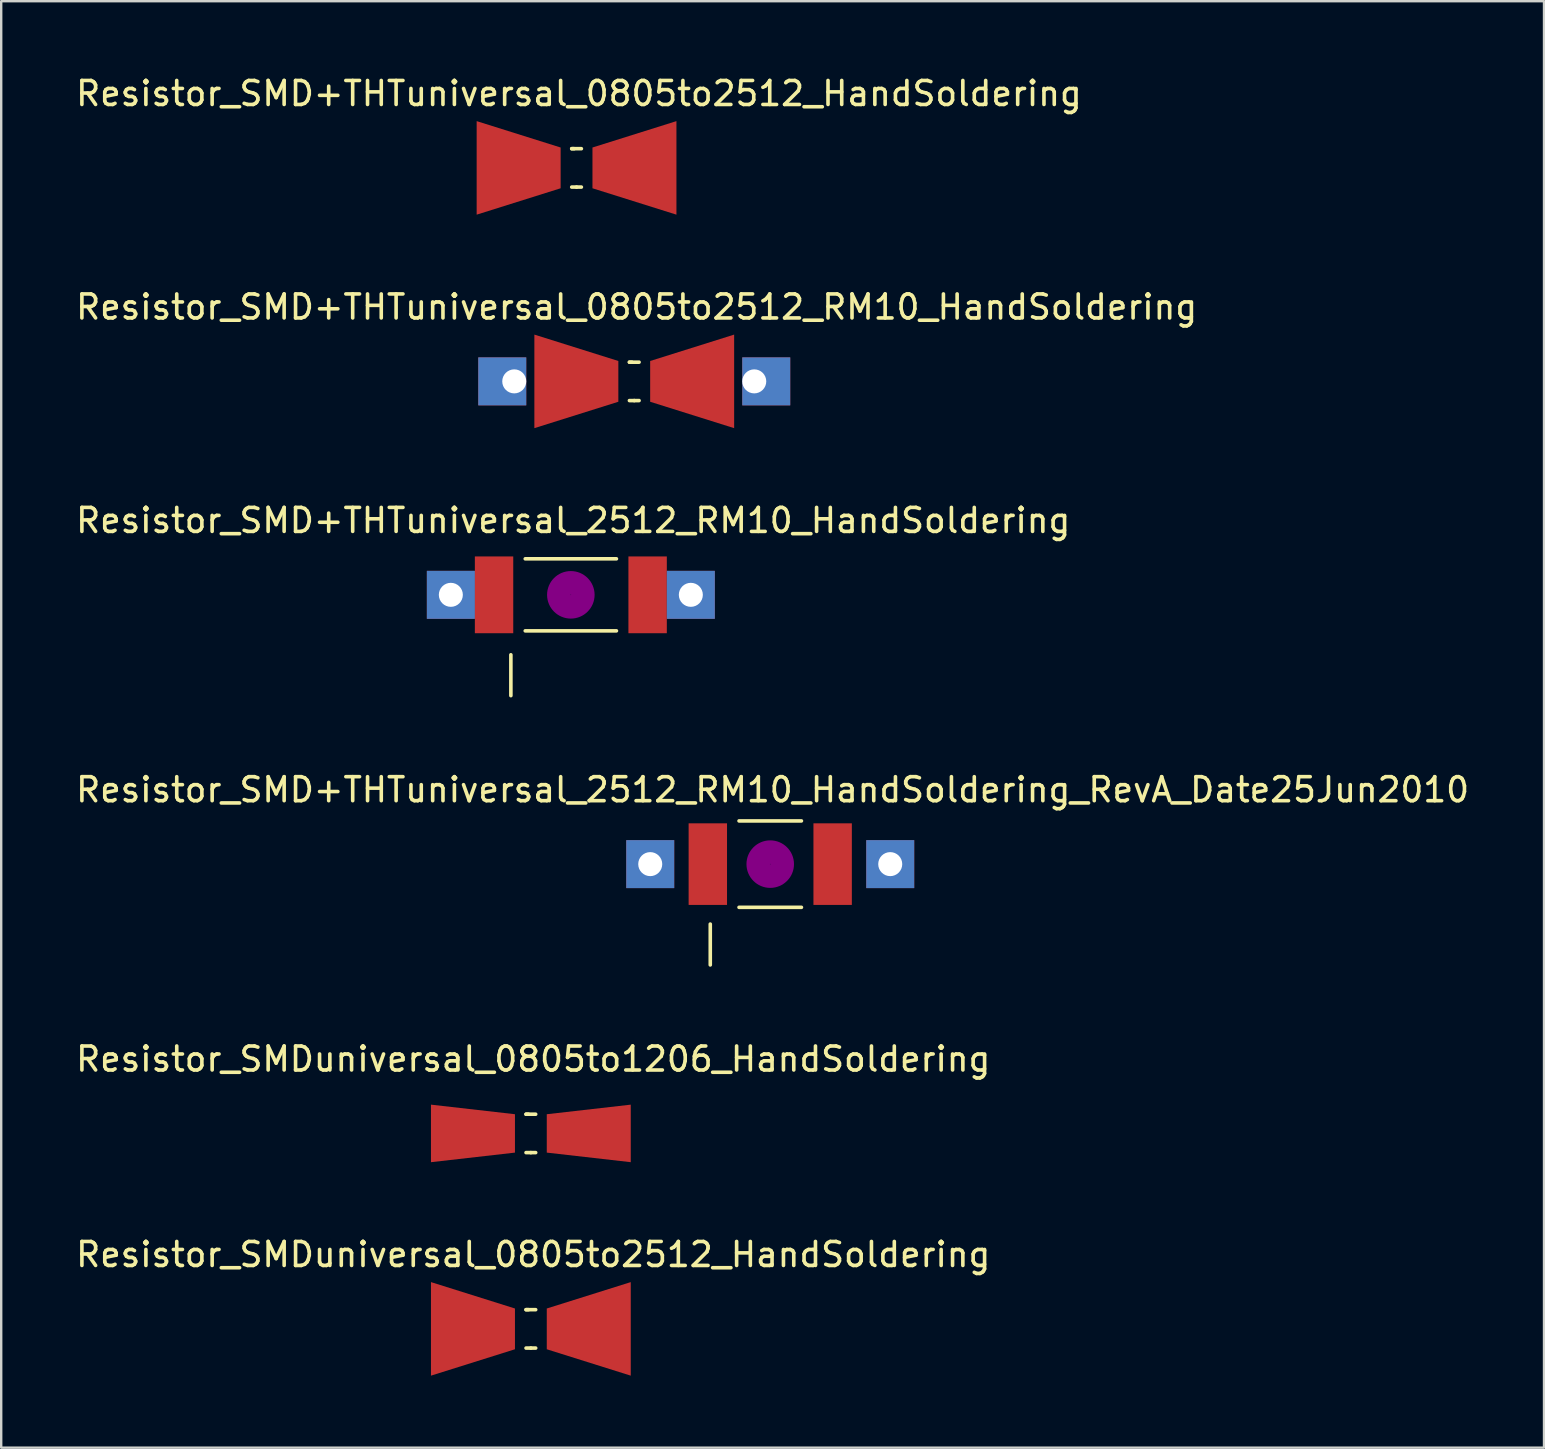
<source format=kicad_pcb>
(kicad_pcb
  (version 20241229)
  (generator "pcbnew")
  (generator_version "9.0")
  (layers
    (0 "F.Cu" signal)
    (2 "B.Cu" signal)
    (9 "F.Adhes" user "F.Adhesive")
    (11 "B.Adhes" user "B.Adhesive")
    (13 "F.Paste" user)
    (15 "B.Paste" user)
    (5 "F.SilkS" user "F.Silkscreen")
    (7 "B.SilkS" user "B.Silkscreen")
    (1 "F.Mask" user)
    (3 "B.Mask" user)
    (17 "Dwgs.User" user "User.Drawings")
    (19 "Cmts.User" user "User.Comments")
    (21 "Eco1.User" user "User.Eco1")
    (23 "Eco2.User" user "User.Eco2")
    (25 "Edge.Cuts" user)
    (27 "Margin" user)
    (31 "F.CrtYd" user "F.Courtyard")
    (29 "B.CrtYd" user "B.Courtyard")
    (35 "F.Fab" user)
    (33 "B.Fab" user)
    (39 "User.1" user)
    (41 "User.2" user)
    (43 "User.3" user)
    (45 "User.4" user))
  (footprint "Resistor_SMD+THTuniversal_0805to2512_HandSoldering"
    (layer "F.Cu")
    (at 20.978 3.947)
    (property "Reference" "Resistor_SMD+THTuniversal_0805to2512_HandSoldering" (at 0.099 -3.099 0) (layer "F.SilkS") (effects (font (size 1 1) (thickness 0.15))))
    (attr through_hole)
    (fp_line (start -0.201 -0.8) (end 0.201 -0.8) (stroke (width 0.15) (type solid)) (layer "F.SilkS"))
    (fp_line (start -0.099 -0.8) (end -0.201 -0.8) (stroke (width 0.15) (type solid)) (layer "F.SilkS"))
    (fp_line (start 0 0.8) (end -0.201 0.8) (stroke (width 0.15) (type solid)) (layer "F.SilkS"))
    (fp_line (start 0 0.8) (end 0.201 0.8) (stroke (width 0.15) (type solid)) (layer "F.SilkS"))
    (pad "1" smd trapezoid (at -2.413 0) (size 3.5 2.799) (rect_delta 1.1 0) (layers "F.Cu" "F.Mask" "F.Paste"))
    (pad "2" smd trapezoid (at 2.413 0 180) (size 3.5 2.799) (rect_delta 1.1 0) (layers "F.Cu" "F.Mask" "F.Paste")))
  (footprint "Resistor_SMD+THTuniversal_2512_RM10_HandSoldering_RevA_Date25Jun2010"
    (layer "F.Cu")
    (at 29.05 32.963)
    (property "Reference" "Resistor_SMD+THTuniversal_2512_RM10_HandSoldering_RevA_Date25Jun2010" (at 0.099 -3.099 0) (layer "F.SilkS") (effects (font (size 1 1) (thickness 0.15))))
    (attr through_hole)
    (fp_line (start -2.499 2.499) (end -2.499 4.201) (stroke (width 0.15) (type solid)) (layer "F.SilkS"))
    (fp_line (start -1.3 1.801) (end 1.3 1.801) (stroke (width 0.15) (type solid)) (layer "F.SilkS"))
    (fp_line (start 1.3 -1.801) (end -1.3 -1.801) (stroke (width 0.15) (type solid)) (layer "F.SilkS"))
    (fp_circle (center 0 0) (end 0.201 0) (stroke (width 0.381) (type solid)) (fill no) (layer "F.Adhes"))
    (fp_circle (center 0 0) (end 0.5 0) (stroke (width 0.381) (type solid)) (fill no) (layer "F.Adhes"))
    (fp_circle (center 0 0) (end 0.8 0) (stroke (width 0.381) (type solid)) (fill no) (layer "F.Adhes"))
    (pad "1" thru_hole rect (at -5.001 0 180) (size 1.999 1.999) (drill 1.001) (layers "*.Cu" "*.Mask"))
    (pad "1" smd rect (at -2.601 0) (size 1.6 3.401) (layers "F.Cu" "F.Mask" "F.Paste"))
    (pad "2" smd rect (at 2.601 0) (size 1.6 3.401) (layers "F.Cu" "F.Mask" "F.Paste"))
    (pad "2" thru_hole rect (at 5.001 0 180) (size 1.999 1.999) (drill 1.001) (layers "*.Cu" "*.Mask")))
  (footprint "Resistor_SMD+THTuniversal_0805to2512_RM10_HandSoldering"
    (layer "F.Cu")
    (at 23.383 12.844)
    (property "Reference" "Resistor_SMD+THTuniversal_0805to2512_RM10_HandSoldering" (at 0.099 -3.099 0) (layer "F.SilkS") (effects (font (size 1 1) (thickness 0.15))))
    (attr through_hole)
    (fp_line (start -0.201 -0.8) (end 0.201 -0.8) (stroke (width 0.15) (type solid)) (layer "F.SilkS"))
    (fp_line (start -0.099 -0.8) (end -0.201 -0.8) (stroke (width 0.15) (type solid)) (layer "F.SilkS"))
    (fp_line (start 0 0.8) (end -0.201 0.8) (stroke (width 0.15) (type solid)) (layer "F.SilkS"))
    (fp_line (start 0 0.8) (end 0.201 0.8) (stroke (width 0.15) (type solid)) (layer "F.SilkS"))
    (pad "1" thru_hole rect (at -5.001 0 180) (size 1.999 1.999) (drill 1.001 (offset 0.5 0)) (layers "*.Cu" "*.Mask"))
    (pad "1" smd trapezoid (at -2.413 0) (size 3.5 2.799) (rect_delta 1.1 0) (layers "F.Cu" "F.Mask" "F.Paste"))
    (pad "2" smd trapezoid (at 2.413 0 180) (size 3.5 2.799) (rect_delta 1.1 0) (layers "F.Cu" "F.Mask" "F.Paste"))
    (pad "2" thru_hole rect (at 5.001 0 180) (size 1.999 1.999) (drill 1.001 (offset -0.5 0)) (layers "*.Cu" "*.Mask")))
  (footprint "Resistor_SMD+THTuniversal_2512_RM10_HandSoldering"
    (layer "F.Cu")
    (at 20.74 21.74)
    (property "Reference" "Resistor_SMD+THTuniversal_2512_RM10_HandSoldering" (at 0.099 -3.099 0) (layer "F.SilkS") (effects (font (size 1 1) (thickness 0.15))))
    (attr through_hole)
    (fp_line (start -2.499 2.499) (end -2.499 4.201) (stroke (width 0.15) (type solid)) (layer "F.SilkS"))
    (fp_line (start 1.9 -1.501) (end -1.9 -1.501) (stroke (width 0.15) (type solid)) (layer "F.SilkS"))
    (fp_line (start 1.9 1.501) (end -1.9 1.501) (stroke (width 0.15) (type solid)) (layer "F.SilkS"))
    (fp_circle (center 0 0) (end 0.201 0) (stroke (width 0.381) (type solid)) (fill no) (layer "F.Adhes"))
    (fp_circle (center 0 0) (end 0.5 0) (stroke (width 0.381) (type solid)) (fill no) (layer "F.Adhes"))
    (fp_circle (center 0 0) (end 0.8 0) (stroke (width 0.381) (type solid)) (fill no) (layer "F.Adhes"))
    (pad "1" thru_hole rect (at -5.001 0 180) (size 1.999 1.999) (drill 1.001) (layers "*.Cu" "*.Mask"))
    (pad "1" smd rect (at -3.2 0) (size 1.6 3.2) (layers "F.Cu" "F.Mask" "F.Paste"))
    (pad "2" smd rect (at 3.2 0) (size 1.6 3.2) (layers "F.Cu" "F.Mask" "F.Paste"))
    (pad "2" thru_hole rect (at 5.001 0 180) (size 1.999 1.999) (drill 1.001) (layers "*.Cu" "*.Mask")))
  (footprint "Resistor_SMDuniversal_0805to2512_HandSoldering"
    (layer "F.Cu")
    (at 19.074 52.332)
    (property "Reference" "Resistor_SMDuniversal_0805to2512_HandSoldering" (at 0.099 -3.099 0) (layer "F.SilkS") (effects (font (size 1 1) (thickness 0.15))))
    (attr through_hole)
    (fp_line (start -0.201 -0.8) (end 0.201 -0.8) (stroke (width 0.15) (type solid)) (layer "F.SilkS"))
    (fp_line (start -0.099 -0.8) (end -0.201 -0.8) (stroke (width 0.15) (type solid)) (layer "F.SilkS"))
    (fp_line (start 0 0.8) (end -0.201 0.8) (stroke (width 0.15) (type solid)) (layer "F.SilkS"))
    (fp_line (start 0 0.8) (end 0.201 0.8) (stroke (width 0.15) (type solid)) (layer "F.SilkS"))
    (pad "1" smd trapezoid (at -2.413 0) (size 3.5 2.799) (rect_delta 1.1 0) (layers "F.Cu" "F.Mask" "F.Paste"))
    (pad "2" smd trapezoid (at 2.413 0 180) (size 3.5 2.799) (rect_delta 1.1 0) (layers "F.Cu" "F.Mask" "F.Paste")))
  (footprint "Resistor_SMDuniversal_0805to1206_HandSoldering"
    (layer "F.Cu")
    (at 19.074 44.186)
    (property "Reference" "Resistor_SMDuniversal_0805to1206_HandSoldering" (at 0.099 -3.099 0) (layer "F.SilkS") (effects (font (size 1 1) (thickness 0.15))))
    (attr through_hole)
    (fp_line (start -0.201 -0.8) (end 0.201 -0.8) (stroke (width 0.15) (type solid)) (layer "F.SilkS"))
    (fp_line (start -0.099 -0.8) (end -0.201 -0.8) (stroke (width 0.15) (type solid)) (layer "F.SilkS"))
    (fp_line (start 0 0.8) (end -0.201 0.8) (stroke (width 0.15) (type solid)) (layer "F.SilkS"))
    (fp_line (start 0 0.8) (end 0.201 0.8) (stroke (width 0.15) (type solid)) (layer "F.SilkS"))
    (pad "1" smd trapezoid (at -2.413 0) (size 3.5 1.999) (rect_delta 0.399 0) (layers "F.Cu" "F.Mask" "F.Paste"))
    (pad "2" smd trapezoid (at 2.413 0 180) (size 3.5 1.999) (rect_delta 0.399 0) (layers "F.Cu" "F.Mask" "F.Paste")))
  (gr_rect
    (start -3 -3)
    (end 61.298 57.282)
    (stroke (width 0.1) (type default))
    (fill no)
    (layer "Edge.Cuts")))
</source>
